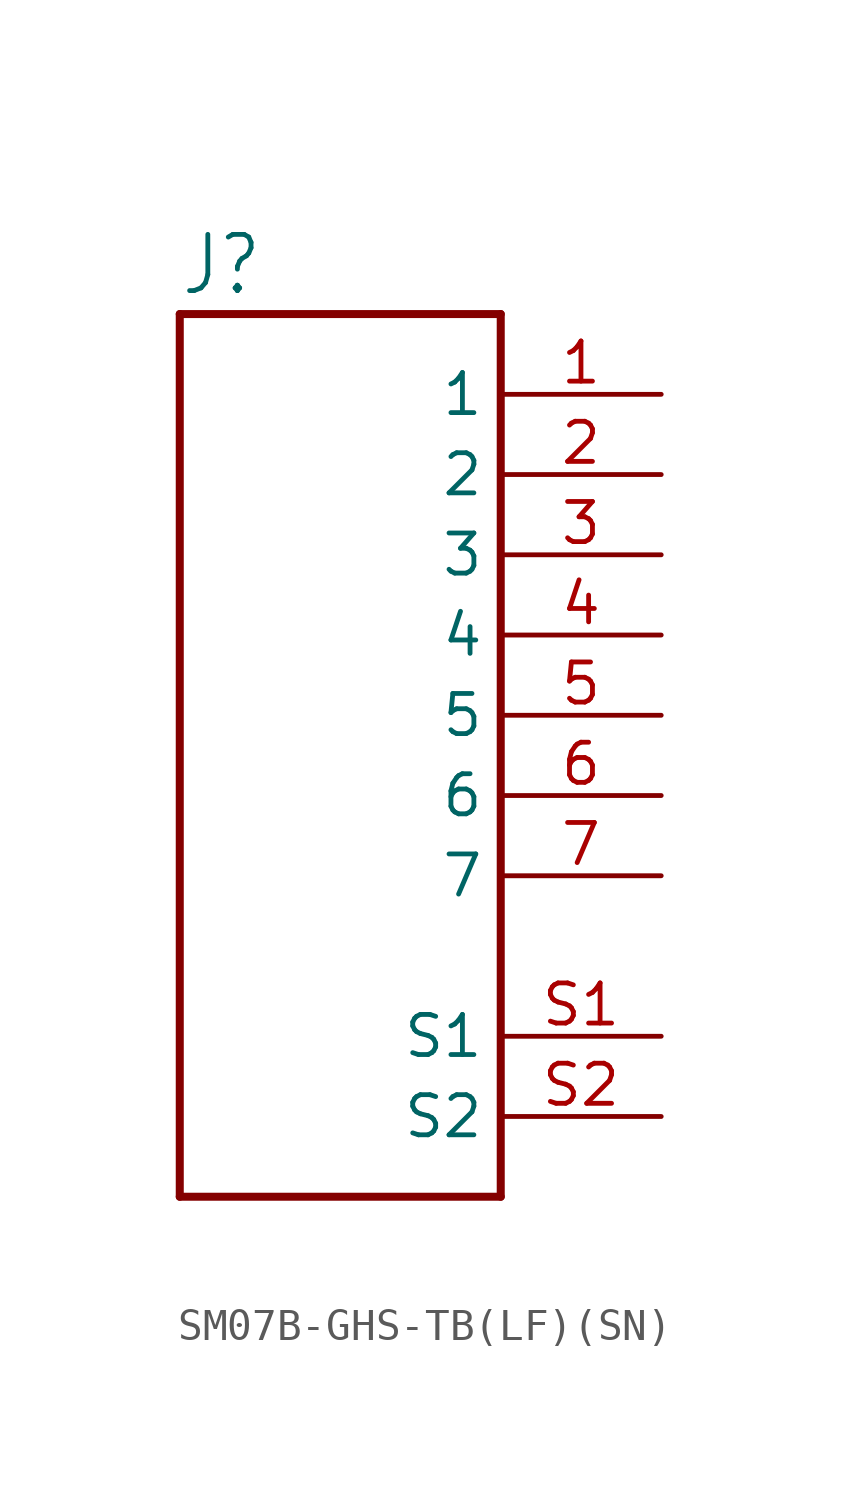
<source format=kicad_sym>
(kicad_symbol_lib
  (version 20231120)
  (generator "kicad_symbol_editor")
  (generator_version "8.0")
  (symbol "SM07B-GHS-TB(LF)(SN)"
    (property "Reference" "J"
      (at -5.084 13.218 0)
      (effects (font (size 1.779 1.512)) (justify left bottom)))
    (property "Value" ""
      (at -5.086 -15.258 0)
      (effects (font (size 1.78 1.513)) (justify left bottom)))
    (property "ki_locked" ""
      (at 0 0 0)
      (effects (font (size 1.27 1.27))))
    (symbol "SM07B-GHS-TB(LF)(SN)_1_0"
      (polyline (pts (xy -5.08 -15.24) (xy 5.08 -15.24)) (stroke (width 0.254) (type solid)) (fill (type none)))
      (polyline (pts (xy -5.08 12.7) (xy -5.08 -15.24)) (stroke (width 0.254) (type solid)) (fill (type none)))
      (polyline (pts (xy 5.08 -15.24) (xy 5.08 12.7)) (stroke (width 0.254) (type solid)) (fill (type none)))
      (polyline (pts (xy 5.08 12.7) (xy -5.08 12.7)) (stroke (width 0.254) (type solid)) (fill (type none)))
      (pin passive line (at 10.16 10.16 180) (length 5.08) (name "1" (effects (font (size 1.27 1.27)))) (number "1" (effects (font (size 1.27 1.27)))))
      (pin passive line (at 10.16 7.62 180) (length 5.08) (name "2" (effects (font (size 1.27 1.27)))) (number "2" (effects (font (size 1.27 1.27)))))
      (pin passive line (at 10.16 5.08 180) (length 5.08) (name "3" (effects (font (size 1.27 1.27)))) (number "3" (effects (font (size 1.27 1.27)))))
      (pin passive line (at 10.16 2.54 180) (length 5.08) (name "4" (effects (font (size 1.27 1.27)))) (number "4" (effects (font (size 1.27 1.27)))))
      (pin passive line (at 10.16 0 180) (length 5.08) (name "5" (effects (font (size 1.27 1.27)))) (number "5" (effects (font (size 1.27 1.27)))))
      (pin passive line (at 10.16 -2.54 180) (length 5.08) (name "6" (effects (font (size 1.27 1.27)))) (number "6" (effects (font (size 1.27 1.27)))))
      (pin passive line (at 10.16 -5.08 180) (length 5.08) (name "7" (effects (font (size 1.27 1.27)))) (number "7" (effects (font (size 1.27 1.27)))))
      (pin power_in line (at 10.16 -10.16 180) (length 5.08) (name "S1" (effects (font (size 1.27 1.27)))) (number "S1" (effects (font (size 1.27 1.27)))))
      (pin power_in line (at 10.16 -12.7 180) (length 5.08) (name "S2" (effects (font (size 1.27 1.27)))) (number "S2" (effects (font (size 1.27 1.27))))))))
</source>
